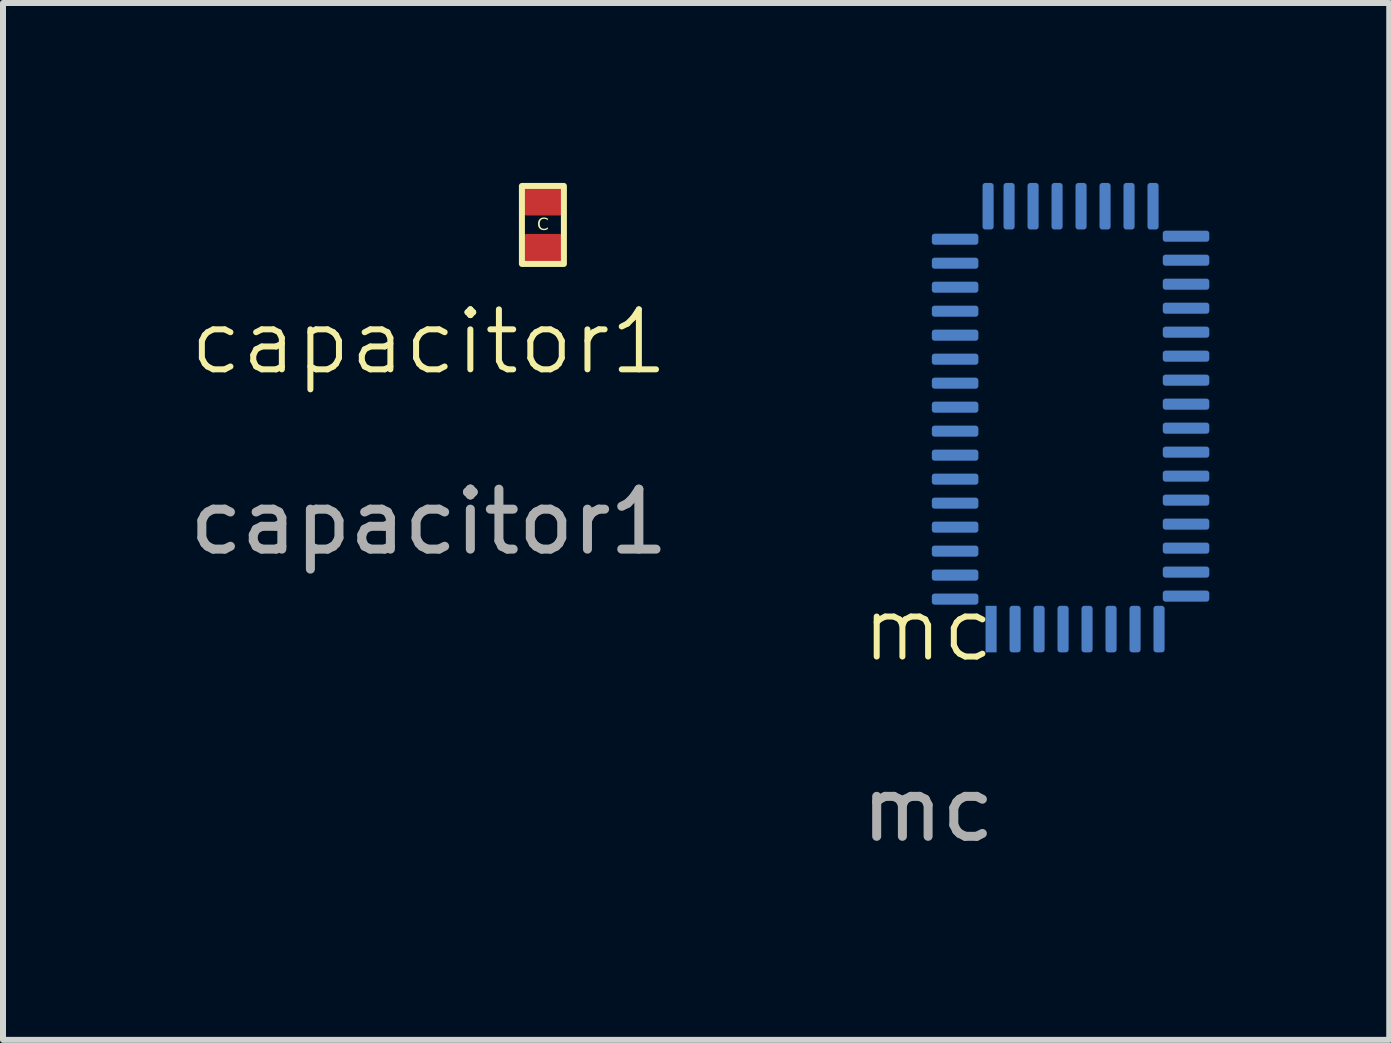
<source format=kicad_pcb>
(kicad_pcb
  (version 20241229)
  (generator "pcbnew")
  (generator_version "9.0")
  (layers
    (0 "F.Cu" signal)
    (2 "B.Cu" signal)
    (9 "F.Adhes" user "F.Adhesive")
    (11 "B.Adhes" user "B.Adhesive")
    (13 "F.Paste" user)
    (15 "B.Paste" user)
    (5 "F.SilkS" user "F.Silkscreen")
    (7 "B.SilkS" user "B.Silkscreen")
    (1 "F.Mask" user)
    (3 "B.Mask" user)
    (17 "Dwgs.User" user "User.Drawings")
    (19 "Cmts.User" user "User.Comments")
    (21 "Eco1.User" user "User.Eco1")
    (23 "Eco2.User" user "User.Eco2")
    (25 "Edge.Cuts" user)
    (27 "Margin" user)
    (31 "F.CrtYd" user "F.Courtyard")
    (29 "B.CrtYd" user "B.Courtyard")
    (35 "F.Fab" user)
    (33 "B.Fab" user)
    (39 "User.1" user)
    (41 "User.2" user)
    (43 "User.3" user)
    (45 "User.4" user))
  (footprint "capacitor1"
    (layer "F.Cu")
    (at 4.101 3.15)
    (property "Reference" "capacitor1" (at 0 -0.5 0) (unlocked yes) (layer "F.SilkS") (effects (font (size 1 1) (thickness 0.1))))
    (attr smd)
    (fp_rect (start 1.55 -3.1) (end 2.25 -1.8) (stroke (width 0.1) (type default)) (fill no) (layer "F.SilkS"))
    (fp_text user "C" (at 1.9 -2.45 0) (unlocked yes) (layer "F.SilkS") (effects (font (face "OCR A Extended") (size 0.2 0.2) (thickness 0.025))))
    (fp_text user "${REFERENCE}" (at 0 2.5 0) (unlocked yes) (layer "F.Fab") (effects (font (size 1 1) (thickness 0.15))))
    (pad "1" smd roundrect (at 1.9 -2.854) (size 0.703 0.492) (layers "F.Cu" "F.Mask" "F.Paste") (roundrect_rratio 0.15))
    (pad "2" smd roundrect (at 1.9 -2.05) (size 0.7 0.5) (layers "F.Cu" "F.Mask" "F.Paste") (roundrect_rratio 0.15)))
  (footprint "mc"
    (layer "F.Cu")
    (at 12.423 7.938)
    (property "Reference" "mc" (at 0 -0.5 0) (unlocked yes) (layer "F.SilkS") (effects (font (size 1 1) (thickness 0.1))))
    (attr smd)
    (fp_text user "${REFERENCE}" (at 0 2.5 0) (unlocked yes) (layer "F.Fab") (effects (font (size 1 1) (thickness 0.15))))
    (pad "1" smd rect (at 1.05 -0.5 90) (size 0.776 0.185) (layers "F.Mask" "B.Cu" "F.Paste"))
    (pad "2" smd roundrect (at 1.45 -0.5 90) (size 0.776 0.185) (layers "F.Mask" "B.Cu" "F.Paste") (roundrect_rratio 0.25))
    (pad "3" smd roundrect (at 1.85 -0.5 90) (size 0.776 0.185) (layers "F.Mask" "B.Cu" "F.Paste") (roundrect_rratio 0.25))
    (pad "4" smd roundrect (at 2.25 -0.5 90) (size 0.776 0.185) (layers "F.Mask" "B.Cu" "F.Paste") (roundrect_rratio 0.25))
    (pad "5" smd roundrect (at 2.65 -0.5 90) (size 0.776 0.185) (layers "F.Mask" "B.Cu" "F.Paste") (roundrect_rratio 0.25))
    (pad "6" smd roundrect (at 3.05 -0.5 90) (size 0.776 0.185) (layers "F.Mask" "B.Cu" "F.Paste") (roundrect_rratio 0.25))
    (pad "7" smd roundrect (at 3.45 -0.5 90) (size 0.776 0.185) (layers "F.Mask" "B.Cu" "F.Paste") (roundrect_rratio 0.25))
    (pad "8" smd roundrect (at 3.85 -0.5 90) (size 0.776 0.185) (layers "F.Mask" "B.Cu" "F.Paste") (roundrect_rratio 0.25))
    (pad "9" smd roundrect (at 4.3 -1.05) (size 0.776 0.185) (layers "F.Mask" "B.Cu" "F.Paste") (roundrect_rratio 0.25))
    (pad "10" smd roundrect (at 4.3 -1.45) (size 0.776 0.185) (layers "F.Mask" "B.Cu" "F.Paste") (roundrect_rratio 0.25))
    (pad "11" smd roundrect (at 4.3 -1.85) (size 0.776 0.185) (layers "F.Mask" "B.Cu" "F.Paste") (roundrect_rratio 0.25))
    (pad "12" smd roundrect (at 4.3 -2.25) (size 0.776 0.185) (layers "F.Mask" "B.Cu" "F.Paste") (roundrect_rratio 0.25))
    (pad "13" smd roundrect (at 4.3 -2.65) (size 0.776 0.185) (layers "F.Mask" "B.Cu" "F.Paste") (roundrect_rratio 0.25))
    (pad "14" smd roundrect (at 4.3 -3.05) (size 0.776 0.185) (layers "F.Mask" "B.Cu" "F.Paste") (roundrect_rratio 0.25))
    (pad "15" smd roundrect (at 4.3 -3.45) (size 0.776 0.185) (layers "F.Mask" "B.Cu" "F.Paste") (roundrect_rratio 0.25))
    (pad "16" smd roundrect (at 4.3 -3.85) (size 0.776 0.185) (layers "F.Mask" "B.Cu" "F.Paste") (roundrect_rratio 0.25))
    (pad "17" smd roundrect (at 4.3 -4.25) (size 0.776 0.185) (layers "F.Mask" "B.Cu" "F.Paste") (roundrect_rratio 0.25))
    (pad "18" smd roundrect (at 4.3 -4.65) (size 0.776 0.185) (layers "F.Mask" "B.Cu" "F.Paste") (roundrect_rratio 0.25))
    (pad "19" smd roundrect (at 4.3 -5.05) (size 0.776 0.185) (layers "F.Mask" "B.Cu" "F.Paste") (roundrect_rratio 0.25))
    (pad "20" smd roundrect (at 4.3 -5.45) (size 0.776 0.185) (layers "F.Mask" "B.Cu" "F.Paste") (roundrect_rratio 0.25))
    (pad "21" smd roundrect (at 4.3 -5.85) (size 0.776 0.185) (layers "F.Mask" "B.Cu" "F.Paste") (roundrect_rratio 0.25))
    (pad "22" smd roundrect (at 4.3 -6.25) (size 0.776 0.185) (layers "F.Mask" "B.Cu" "F.Paste") (roundrect_rratio 0.25))
    (pad "23" smd roundrect (at 4.3 -6.65) (size 0.776 0.185) (layers "F.Mask" "B.Cu" "F.Paste") (roundrect_rratio 0.25))
    (pad "24" smd roundrect (at 4.3 -7.05) (size 0.776 0.185) (layers "F.Mask" "B.Cu" "F.Paste") (roundrect_rratio 0.25))
    (pad "25" smd roundrect (at 3.75 -7.55 90) (size 0.776 0.185) (layers "F.Mask" "B.Cu" "F.Paste") (roundrect_rratio 0.25))
    (pad "26" smd roundrect (at 3.35 -7.55 90) (size 0.776 0.185) (layers "F.Mask" "B.Cu" "F.Paste") (roundrect_rratio 0.25))
    (pad "27" smd roundrect (at 2.95 -7.55 90) (size 0.776 0.185) (layers "F.Mask" "B.Cu" "F.Paste") (roundrect_rratio 0.25))
    (pad "28" smd roundrect (at 2.55 -7.55 90) (size 0.776 0.185) (layers "F.Mask" "B.Cu" "F.Paste") (roundrect_rratio 0.25))
    (pad "29" smd roundrect (at 2.15 -7.55 90) (size 0.776 0.185) (layers "F.Mask" "B.Cu" "F.Paste") (roundrect_rratio 0.25))
    (pad "30" smd roundrect (at 1.75 -7.55 90) (size 0.776 0.185) (layers "F.Mask" "B.Cu" "F.Paste") (roundrect_rratio 0.25))
    (pad "31" smd roundrect (at 1.35 -7.55 90) (size 0.776 0.185) (layers "F.Mask" "B.Cu" "F.Paste") (roundrect_rratio 0.25))
    (pad "32" smd roundrect (at 1 -7.55 90) (size 0.776 0.185) (layers "F.Mask" "B.Cu" "F.Paste") (roundrect_rratio 0.25))
    (pad "33" smd roundrect (at 0.45 -7) (size 0.776 0.185) (layers "F.Mask" "B.Cu" "F.Paste") (roundrect_rratio 0.25))
    (pad "34" smd roundrect (at 0.45 -6.6) (size 0.776 0.185) (layers "F.Mask" "B.Cu" "F.Paste") (roundrect_rratio 0.25))
    (pad "35" smd roundrect (at 0.45 -6.2) (size 0.776 0.185) (layers "F.Mask" "B.Cu" "F.Paste") (roundrect_rratio 0.25))
    (pad "36" smd roundrect (at 0.45 -5.8) (size 0.776 0.185) (layers "F.Mask" "B.Cu" "F.Paste") (roundrect_rratio 0.25))
    (pad "37" smd roundrect (at 0.45 -5.4) (size 0.776 0.185) (layers "F.Mask" "B.Cu" "F.Paste") (roundrect_rratio 0.25))
    (pad "38" smd roundrect (at 0.45 -5) (size 0.776 0.185) (layers "F.Mask" "B.Cu" "F.Paste") (roundrect_rratio 0.25))
    (pad "39" smd roundrect (at 0.45 -4.6) (size 0.776 0.185) (layers "F.Mask" "B.Cu" "F.Paste") (roundrect_rratio 0.25))
    (pad "40" smd roundrect (at 0.45 -4.2) (size 0.776 0.185) (layers "F.Mask" "B.Cu" "F.Paste") (roundrect_rratio 0.25))
    (pad "41" smd roundrect (at 0.45 -3.8) (size 0.776 0.185) (layers "F.Mask" "B.Cu" "F.Paste") (roundrect_rratio 0.25))
    (pad "42" smd roundrect (at 0.45 -3.4) (size 0.776 0.185) (layers "F.Mask" "B.Cu" "F.Paste") (roundrect_rratio 0.25))
    (pad "43" smd roundrect (at 0.45 -3) (size 0.776 0.185) (layers "F.Mask" "B.Cu" "F.Paste") (roundrect_rratio 0.25))
    (pad "44" smd roundrect (at 0.45 -2.6) (size 0.776 0.185) (layers "F.Mask" "B.Cu" "F.Paste") (roundrect_rratio 0.25))
    (pad "45" smd roundrect (at 0.45 -2.2) (size 0.776 0.185) (layers "F.Mask" "B.Cu" "F.Paste") (roundrect_rratio 0.25))
    (pad "46" smd roundrect (at 0.45 -1.8) (size 0.776 0.185) (layers "F.Mask" "B.Cu" "F.Paste") (roundrect_rratio 0.25))
    (pad "47" smd roundrect (at 0.45 -1.4) (size 0.776 0.185) (layers "F.Mask" "B.Cu" "F.Paste") (roundrect_rratio 0.25))
    (pad "48" smd roundrect (at 0.45 -1) (size 0.776 0.185) (layers "F.Mask" "B.Cu" "F.Paste") (roundrect_rratio 0.25)))
  (gr_rect
    (start -3 -3)
    (end 20.111 14.286)
    (stroke (width 0.1) (type default))
    (fill no)
    (layer "Edge.Cuts")))
</source>
